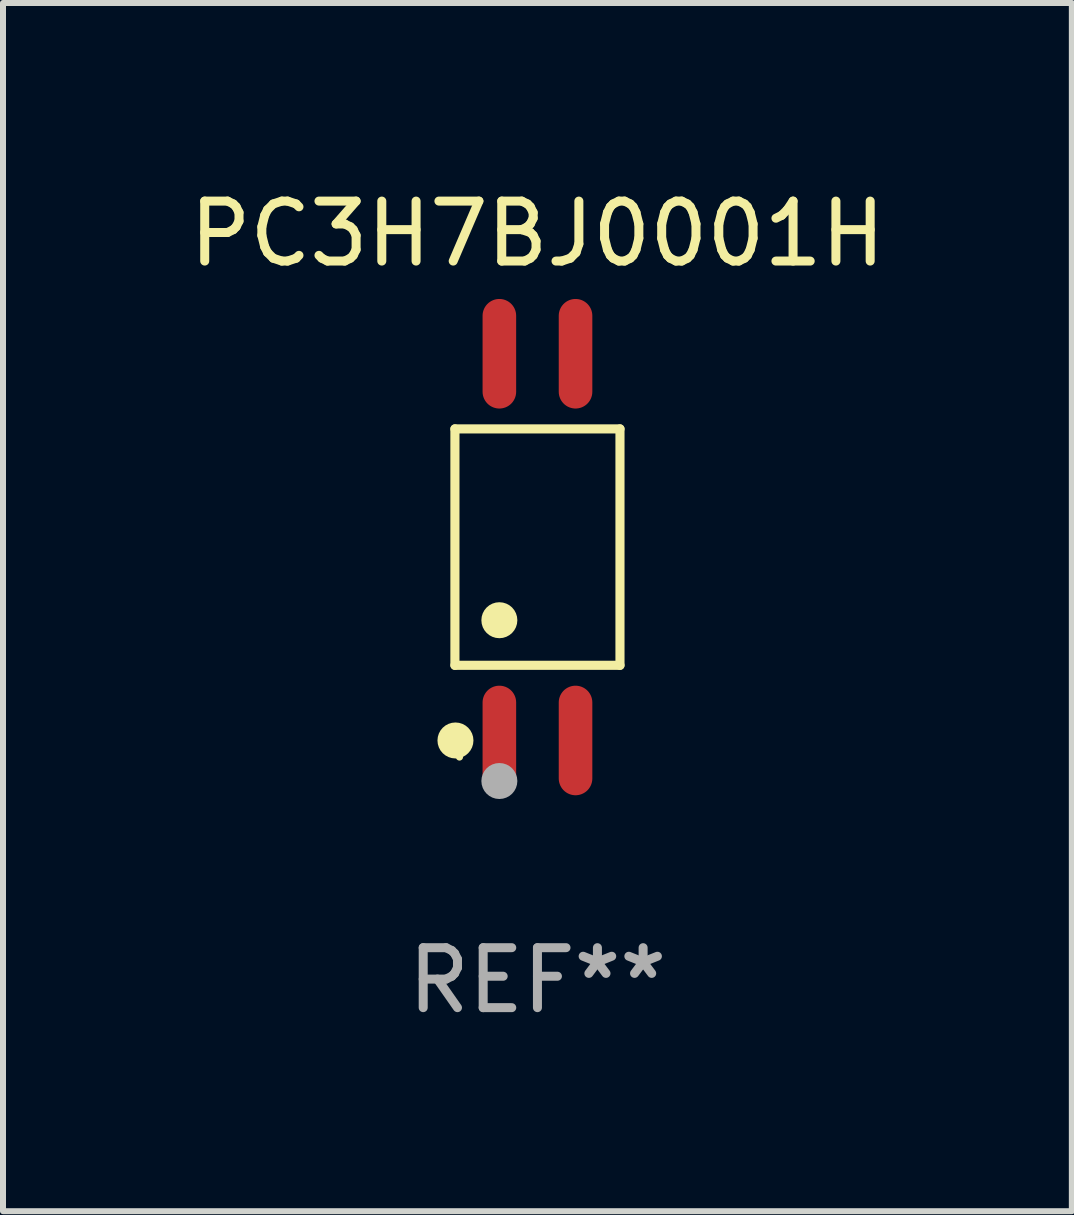
<source format=kicad_pcb>
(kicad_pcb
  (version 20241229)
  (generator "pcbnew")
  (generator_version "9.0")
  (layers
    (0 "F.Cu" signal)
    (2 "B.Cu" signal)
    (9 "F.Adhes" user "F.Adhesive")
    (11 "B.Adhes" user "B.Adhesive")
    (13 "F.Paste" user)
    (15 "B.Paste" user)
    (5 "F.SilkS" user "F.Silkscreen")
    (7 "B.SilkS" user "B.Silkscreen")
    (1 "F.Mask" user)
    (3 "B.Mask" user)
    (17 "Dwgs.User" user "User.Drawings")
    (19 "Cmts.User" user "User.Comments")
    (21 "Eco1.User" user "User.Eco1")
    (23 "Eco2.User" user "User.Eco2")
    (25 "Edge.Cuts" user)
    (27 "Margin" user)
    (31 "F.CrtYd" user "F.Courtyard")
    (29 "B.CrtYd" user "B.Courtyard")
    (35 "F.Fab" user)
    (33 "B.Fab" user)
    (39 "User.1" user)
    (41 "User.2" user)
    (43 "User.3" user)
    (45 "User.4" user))
  (footprint "PC3H7BJ0001H"
    (layer "F.Cu")
    (at 5.911 6.072)
    (property "Reference" "PC3H7BJ0001H" (at 0 -5.224 0) (layer "F.SilkS") (effects (font (size 1 1) (thickness 0.15))))
    (attr through_hole)
    (fp_line (start -1.376 -1.971) (end 1.376 -1.971) (stroke (width 0.152) (type solid)) (layer "F.SilkS"))
    (fp_line (start -1.376 1.971) (end -1.376 -1.971) (stroke (width 0.152) (type solid)) (layer "F.SilkS"))
    (fp_line (start 1.376 -1.971) (end 1.376 1.971) (stroke (width 0.152) (type solid)) (layer "F.SilkS"))
    (fp_line (start 1.376 1.971) (end -1.376 1.971) (stroke (width 0.152) (type solid)) (layer "F.SilkS"))
    (fp_circle (center -1.367 3.224) (end -1.217 3.224) (stroke (width 0.3) (type solid)) (fill no) (layer "F.SilkS"))
    (fp_circle (center -1.3 3.5) (end -1.27 3.5) (stroke (width 0.06) (type solid)) (fill no) (layer "F.SilkS"))
    (fp_circle (center -0.635 1.219) (end -0.485 1.219) (stroke (width 0.3) (type solid)) (fill no) (layer "F.SilkS"))
    (fp_circle (center -0.635 3.9) (end -0.485 3.9) (stroke (width 0.3) (type solid)) (fill no) (layer "F.Fab"))
    (fp_text user "REF**" (at 0 7.224 0) (layer "F.Fab") (effects (font (size 1 1) (thickness 0.15))))
    (pad "1" smd oval (at -0.635 3.224) (size 0.56 1.827) (layers "F.Cu" "F.Mask" "F.Paste"))
    (pad "2" smd oval (at 0.635 3.224) (size 0.56 1.827) (layers "F.Cu" "F.Mask" "F.Paste"))
    (pad "3" smd oval (at 0.635 -3.224) (size 0.56 1.827) (layers "F.Cu" "F.Mask" "F.Paste"))
    (pad "4" smd oval (at -0.635 -3.224) (size 0.56 1.827) (layers "F.Cu" "F.Mask" "F.Paste")))
  (gr_rect
    (start -3 -3)
    (end 14.821 17.144)
    (stroke (width 0.1) (type default))
    (fill no)
    (layer "Edge.Cuts")))
</source>
